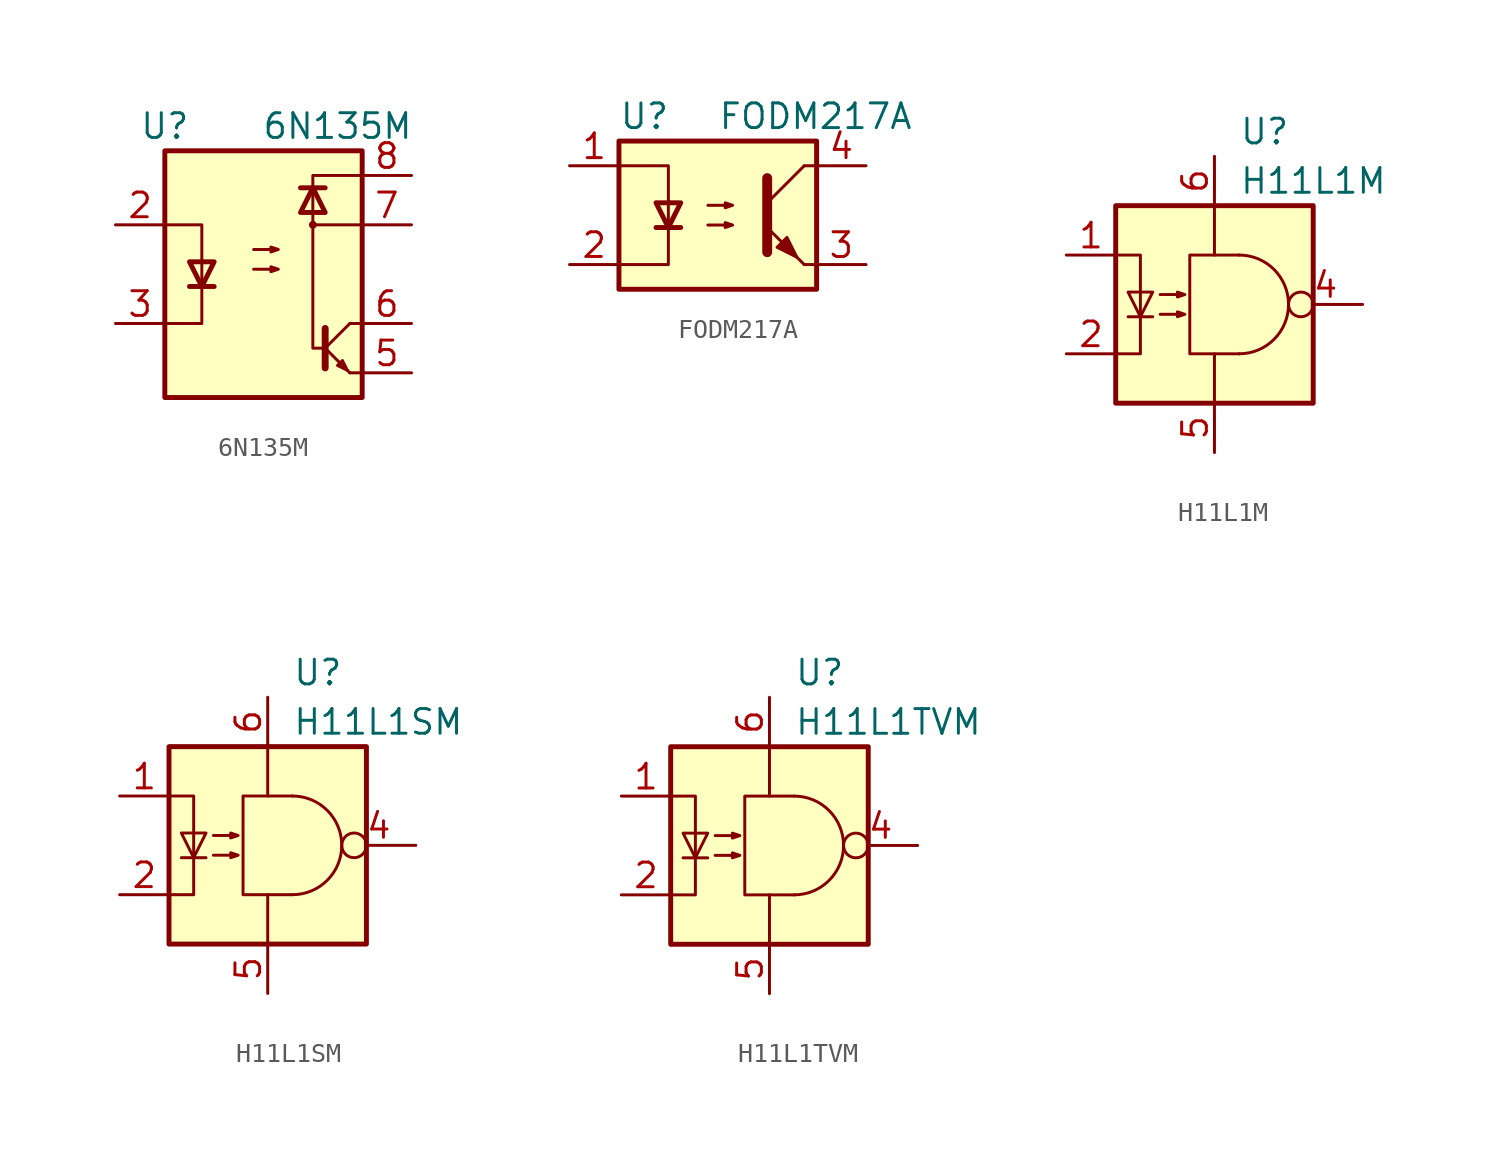
<source format=kicad_sym>
(kicad_symbol_lib
  (version 20201005)
  (generator kicad_symbol_editor)
  (symbol "Isolator_Optocoupler:6N135M"
    (property "Reference" "U"
      (at -5.08 7.62 0)
      (effects (font (size 1.27 1.27))))
    (property "Value" "6N135M"
      (at 3.81 7.62 0)
      (effects (font (size 1.27 1.27))))
    (symbol "6N135M_0_1"
      (circle (center 2.54 2.54) (radius 0.127) (stroke (width 0)) (fill (type none)))
      (rectangle (start -5.08 6.35) (end 5.08 -6.35) (stroke (width 0.254)) (fill (type background)))
      (polyline (pts (xy -3.81 -0.635) (xy -2.54 -0.635)) (stroke (width 0.254)) (fill (type none)))
      (polyline (pts (xy 1.905 4.445) (xy 3.175 4.445)) (stroke (width 0.254)) (fill (type none)))
      (polyline (pts (xy 3.175 -2.794) (xy 3.175 -4.826)) (stroke (width 0.356)) (fill (type none)))
      (polyline (pts (xy 3.302 -3.937) (xy 4.445 -5.08)) (stroke (width 0)) (fill (type none)))
      (polyline (pts (xy 3.302 -3.683) (xy 4.445 -2.54)) (stroke (width 0)) (fill (type none)))
      (polyline (pts (xy 5.08 -5.08) (xy 4.445 -5.08)) (stroke (width 0)) (fill (type none)))
      (polyline (pts (xy 5.08 -2.54) (xy 4.445 -2.54)) (stroke (width 0)) (fill (type none)))
      (polyline (pts (xy 5.08 2.54) (xy 2.54 2.54)) (stroke (width 0)) (fill (type none)))
      (polyline (pts (xy -5.08 2.54) (xy -3.175 2.54) (xy -3.175 -2.54) (xy -5.08 -2.54)) (stroke (width 0)) (fill (type none)))
      (polyline (pts (xy -3.175 -0.635) (xy -3.81 0.635) (xy -2.54 0.635) (xy -3.175 -0.635)) (stroke (width 0.254)) (fill (type none)))
      (polyline (pts (xy 2.54 4.445) (xy 1.905 3.175) (xy 3.175 3.175) (xy 2.54 4.445)) (stroke (width 0.254)) (fill (type none)))
      (polyline (pts (xy 4.318 -4.953) (xy 4.064 -4.445) (xy 3.81 -4.699) (xy 4.318 -4.953)) (stroke (width 0)) (fill (type none)))
      (polyline (pts (xy 5.08 5.08) (xy 2.54 5.08) (xy 2.54 -3.81) (xy 3.175 -3.81)) (stroke (width 0)) (fill (type none)))
      (polyline (pts (xy -0.508 0.254) (xy 0.762 0.254) (xy 0.381 0.127) (xy 0.381 0.381) (xy 0.762 0.254)) (stroke (width 0)) (fill (type none)))
      (polyline (pts (xy -0.508 1.27) (xy 0.762 1.27) (xy 0.381 1.143) (xy 0.381 1.397) (xy 0.762 1.27)) (stroke (width 0)) (fill (type none))))
    (symbol "6N135M_1_1"
      (pin no_connect line (at -5.08 5.08 0) (length 2.54) hide (name "NC" (effects (font (size 1.27 1.27)))) (number "1" (effects (font (size 1.27 1.27)))))
      (pin passive line (at -7.62 2.54 0) (length 2.54) (name "~" (effects (font (size 1.27 1.27)))) (number "2" (effects (font (size 1.27 1.27)))))
      (pin passive line (at -7.62 -2.54 0) (length 2.54) (name "~" (effects (font (size 1.27 1.27)))) (number "3" (effects (font (size 1.27 1.27)))))
      (pin no_connect line (at -5.08 -5.08 0) (length 2.54) hide (name "NC" (effects (font (size 1.27 1.27)))) (number "4" (effects (font (size 1.27 1.27)))))
      (pin passive line (at 7.62 -5.08 180) (length 2.54) (name "~" (effects (font (size 1.27 1.27)))) (number "5" (effects (font (size 1.27 1.27)))))
      (pin passive line (at 7.62 -2.54 180) (length 2.54) (name "~" (effects (font (size 1.27 1.27)))) (number "6" (effects (font (size 1.27 1.27)))))
      (pin passive line (at 7.62 2.54 180) (length 2.54) (name "~" (effects (font (size 1.27 1.27)))) (number "7" (effects (font (size 1.27 1.27)))))
      (pin passive line (at 7.62 5.08 180) (length 2.54) (name "~" (effects (font (size 1.27 1.27)))) (number "8" (effects (font (size 1.27 1.27)))))))
  (symbol "Isolator_Optocoupler:FODM217A"
    (property "Reference" "U"
      (at -5.08 5.08 0)
      (effects (font (size 1.27 1.27)) (justify left)))
    (property "Value" "FODM217A"
      (at 0 5.08 0)
      (effects (font (size 1.27 1.27)) (justify left)))
    (symbol "FODM217A_0_1"
      (rectangle (start -5.08 3.81) (end 5.08 -3.81) (stroke (width 0.254)) (fill (type background)))
      (polyline (pts (xy -3.175 -0.635) (xy -1.905 -0.635)) (stroke (width 0.254)) (fill (type none)))
      (polyline (pts (xy 2.54 0.635) (xy 4.445 2.54)) (stroke (width 0)) (fill (type none)))
      (polyline (pts (xy 4.445 -2.54) (xy 5.08 -2.54)) (stroke (width 0)) (fill (type none)))
      (polyline (pts (xy 4.445 2.54) (xy 5.08 2.54)) (stroke (width 0)) (fill (type none)))
      (polyline (pts (xy -5.08 2.54) (xy -2.54 2.54) (xy -2.54 -0.635)) (stroke (width 0)) (fill (type none)))
      (polyline (pts (xy -2.54 -0.635) (xy -2.54 -2.54) (xy -5.08 -2.54)) (stroke (width 0)) (fill (type none)))
      (polyline (pts (xy 2.54 1.905) (xy 2.54 -1.905) (xy 2.54 -1.905)) (stroke (width 0.508)) (fill (type none)))
      (polyline (pts (xy -2.54 -0.635) (xy -3.175 0.635) (xy -1.905 0.635) (xy -2.54 -0.635)) (stroke (width 0.254)) (fill (type none)))
      (polyline (pts (xy -0.508 -0.508) (xy 0.762 -0.508) (xy 0.381 -0.635) (xy 0.381 -0.381) (xy 0.762 -0.508)) (stroke (width 0)) (fill (type none)))
      (polyline (pts (xy -0.508 0.508) (xy 0.762 0.508) (xy 0.381 0.381) (xy 0.381 0.635) (xy 0.762 0.508)) (stroke (width 0)) (fill (type none)))
      (polyline (pts (xy 4.445 -2.54) (xy 2.54 -0.635)) (stroke (width 0)) (fill (type outline)))
      (polyline (pts (xy 3.048 -1.651) (xy 3.556 -1.143) (xy 4.064 -2.159) (xy 3.048 -1.651) (xy 3.048 -1.651)) (stroke (width 0)) (fill (type outline))))
    (symbol "FODM217A_1_1"
      (pin passive line (at -7.62 2.54 0) (length 2.54) (name "~" (effects (font (size 1.27 1.27)))) (number "1" (effects (font (size 1.27 1.27)))))
      (pin passive line (at -7.62 -2.54 0) (length 2.54) (name "~" (effects (font (size 1.27 1.27)))) (number "2" (effects (font (size 1.27 1.27)))))
      (pin passive line (at 7.62 -2.54 180) (length 2.54) (name "~" (effects (font (size 1.27 1.27)))) (number "3" (effects (font (size 1.27 1.27)))))
      (pin passive line (at 7.62 2.54 180) (length 2.54) (name "~" (effects (font (size 1.27 1.27)))) (number "4" (effects (font (size 1.27 1.27)))))))
  (symbol "Isolator_Optocoupler:H11L1M"
    (property "Reference" "U"
      (at 1.27 8.89 0)
      (effects (font (size 1.27 1.27)) (justify left)))
    (property "Value" "H11L1M"
      (at 1.27 6.35 0)
      (effects (font (size 1.27 1.27)) (justify left)))
    (symbol "H11L1M_0_1"
      (arc (start 1.27 -2.54) (end 1.27 2.54) (radius (at 1.27 0) (length 2.54) (angles -89.9 89.9)) (stroke (width 0)) (fill (type none)))
      (rectangle (start -5.08 5.08) (end 5.08 -5.08) (stroke (width 0.254)) (fill (type background)))
      (polyline (pts (xy -4.445 -0.635) (xy -3.175 -0.635)) (stroke (width 0)) (fill (type none)))
      (polyline (pts (xy 0 2.54) (xy 0 5.08)) (stroke (width 0)) (fill (type none)))
      (polyline (pts (xy 0 -2.54) (xy 0 -5.08) (xy 0 -3.81)) (stroke (width 0)) (fill (type none)))
      (polyline (pts (xy -5.08 -2.54) (xy -3.81 -2.54) (xy -3.81 2.54) (xy -5.08 2.54)) (stroke (width 0)) (fill (type none)))
      (polyline (pts (xy -3.81 -0.635) (xy -4.445 0.635) (xy -3.175 0.635) (xy -3.81 -0.635)) (stroke (width 0)) (fill (type none)))
      (polyline (pts (xy 1.27 -2.54) (xy -1.27 -2.54) (xy -1.27 2.54) (xy 1.27 2.54)) (stroke (width 0)) (fill (type none)))
      (polyline (pts (xy -2.794 -0.508) (xy -1.524 -0.508) (xy -1.905 -0.635) (xy -1.905 -0.381) (xy -1.524 -0.508)) (stroke (width 0)) (fill (type none)))
      (polyline (pts (xy -2.794 0.508) (xy -1.524 0.508) (xy -1.905 0.381) (xy -1.905 0.635) (xy -1.524 0.508)) (stroke (width 0)) (fill (type none))))
    (symbol "H11L1M_1_1"
      (pin passive line (at -7.62 2.54 0) (length 2.54) (name "~" (effects (font (size 1.27 1.27)))) (number "1" (effects (font (size 1.27 1.27)))))
      (pin passive line (at -7.62 -2.54 0) (length 2.54) (name "~" (effects (font (size 1.27 1.27)))) (number "2" (effects (font (size 1.27 1.27)))))
      (pin no_connect line (at -5.08 0 0) (length 2.54) hide (name "~" (effects (font (size 1.27 1.27)))) (number "3" (effects (font (size 1.27 1.27)))))
      (pin output inverted (at 7.62 0 180) (length 3.81) (name "~" (effects (font (size 1.27 1.27)))) (number "4" (effects (font (size 1.27 1.27)))))
      (pin power_in line (at 0 -7.62 90) (length 2.54) (name "~" (effects (font (size 1.27 1.27)))) (number "5" (effects (font (size 1.27 1.27)))))
      (pin power_in line (at 0 7.62 270) (length 2.54) (name "~" (effects (font (size 1.27 1.27)))) (number "6" (effects (font (size 1.27 1.27)))))))
  (symbol "Isolator_Optocoupler:H11L1SM"
    (property "Reference" "U"
      (at 1.27 8.89 0)
      (effects (font (size 1.27 1.27)) (justify left)))
    (property "Value" "H11L1SM"
      (at 1.27 6.35 0)
      (effects (font (size 1.27 1.27)) (justify left)))
    (symbol "H11L1SM_0_1"
      (arc (start 1.27 -2.54) (end 1.27 2.54) (radius (at 1.27 0) (length 2.54) (angles -89.9 89.9)) (stroke (width 0)) (fill (type none)))
      (rectangle (start -5.08 5.08) (end 5.08 -5.08) (stroke (width 0.254)) (fill (type background)))
      (polyline (pts (xy -4.445 -0.635) (xy -3.175 -0.635)) (stroke (width 0)) (fill (type none)))
      (polyline (pts (xy 0 2.54) (xy 0 5.08)) (stroke (width 0)) (fill (type none)))
      (polyline (pts (xy 0 -2.54) (xy 0 -5.08) (xy 0 -3.81)) (stroke (width 0)) (fill (type none)))
      (polyline (pts (xy -5.08 -2.54) (xy -3.81 -2.54) (xy -3.81 2.54) (xy -5.08 2.54)) (stroke (width 0)) (fill (type none)))
      (polyline (pts (xy -3.81 -0.635) (xy -4.445 0.635) (xy -3.175 0.635) (xy -3.81 -0.635)) (stroke (width 0)) (fill (type none)))
      (polyline (pts (xy 1.27 -2.54) (xy -1.27 -2.54) (xy -1.27 2.54) (xy 1.27 2.54)) (stroke (width 0)) (fill (type none)))
      (polyline (pts (xy -2.794 -0.508) (xy -1.524 -0.508) (xy -1.905 -0.635) (xy -1.905 -0.381) (xy -1.524 -0.508)) (stroke (width 0)) (fill (type none)))
      (polyline (pts (xy -2.794 0.508) (xy -1.524 0.508) (xy -1.905 0.381) (xy -1.905 0.635) (xy -1.524 0.508)) (stroke (width 0)) (fill (type none))))
    (symbol "H11L1SM_1_1"
      (pin passive line (at -7.62 2.54 0) (length 2.54) (name "~" (effects (font (size 1.27 1.27)))) (number "1" (effects (font (size 1.27 1.27)))))
      (pin passive line (at -7.62 -2.54 0) (length 2.54) (name "~" (effects (font (size 1.27 1.27)))) (number "2" (effects (font (size 1.27 1.27)))))
      (pin no_connect line (at -5.08 0 0) (length 2.54) hide (name "~" (effects (font (size 1.27 1.27)))) (number "3" (effects (font (size 1.27 1.27)))))
      (pin output inverted (at 7.62 0 180) (length 3.81) (name "~" (effects (font (size 1.27 1.27)))) (number "4" (effects (font (size 1.27 1.27)))))
      (pin power_in line (at 0 -7.62 90) (length 2.54) (name "~" (effects (font (size 1.27 1.27)))) (number "5" (effects (font (size 1.27 1.27)))))
      (pin power_in line (at 0 7.62 270) (length 2.54) (name "~" (effects (font (size 1.27 1.27)))) (number "6" (effects (font (size 1.27 1.27)))))))
  (symbol "Isolator_Optocoupler:H11L1TVM"
    (property "Reference" "U"
      (at 1.27 8.89 0)
      (effects (font (size 1.27 1.27)) (justify left)))
    (property "Value" "H11L1TVM"
      (at 1.27 6.35 0)
      (effects (font (size 1.27 1.27)) (justify left)))
    (symbol "H11L1TVM_0_1"
      (arc (start 1.27 -2.54) (end 1.27 2.54) (radius (at 1.27 0) (length 2.54) (angles -89.9 89.9)) (stroke (width 0)) (fill (type none)))
      (rectangle (start -5.08 5.08) (end 5.08 -5.08) (stroke (width 0.254)) (fill (type background)))
      (polyline (pts (xy -4.445 -0.635) (xy -3.175 -0.635)) (stroke (width 0)) (fill (type none)))
      (polyline (pts (xy 0 2.54) (xy 0 5.08)) (stroke (width 0)) (fill (type none)))
      (polyline (pts (xy 0 -2.54) (xy 0 -5.08) (xy 0 -3.81)) (stroke (width 0)) (fill (type none)))
      (polyline (pts (xy -5.08 -2.54) (xy -3.81 -2.54) (xy -3.81 2.54) (xy -5.08 2.54)) (stroke (width 0)) (fill (type none)))
      (polyline (pts (xy -3.81 -0.635) (xy -4.445 0.635) (xy -3.175 0.635) (xy -3.81 -0.635)) (stroke (width 0)) (fill (type none)))
      (polyline (pts (xy 1.27 -2.54) (xy -1.27 -2.54) (xy -1.27 2.54) (xy 1.27 2.54)) (stroke (width 0)) (fill (type none)))
      (polyline (pts (xy -2.794 -0.508) (xy -1.524 -0.508) (xy -1.905 -0.635) (xy -1.905 -0.381) (xy -1.524 -0.508)) (stroke (width 0)) (fill (type none)))
      (polyline (pts (xy -2.794 0.508) (xy -1.524 0.508) (xy -1.905 0.381) (xy -1.905 0.635) (xy -1.524 0.508)) (stroke (width 0)) (fill (type none))))
    (symbol "H11L1TVM_1_1"
      (pin passive line (at -7.62 2.54 0) (length 2.54) (name "~" (effects (font (size 1.27 1.27)))) (number "1" (effects (font (size 1.27 1.27)))))
      (pin passive line (at -7.62 -2.54 0) (length 2.54) (name "~" (effects (font (size 1.27 1.27)))) (number "2" (effects (font (size 1.27 1.27)))))
      (pin no_connect line (at -5.08 0 0) (length 2.54) hide (name "~" (effects (font (size 1.27 1.27)))) (number "3" (effects (font (size 1.27 1.27)))))
      (pin output inverted (at 7.62 0 180) (length 3.81) (name "~" (effects (font (size 1.27 1.27)))) (number "4" (effects (font (size 1.27 1.27)))))
      (pin power_in line (at 0 -7.62 90) (length 2.54) (name "~" (effects (font (size 1.27 1.27)))) (number "5" (effects (font (size 1.27 1.27)))))
      (pin power_in line (at 0 7.62 270) (length 2.54) (name "~" (effects (font (size 1.27 1.27)))) (number "6" (effects (font (size 1.27 1.27))))))))
</source>
